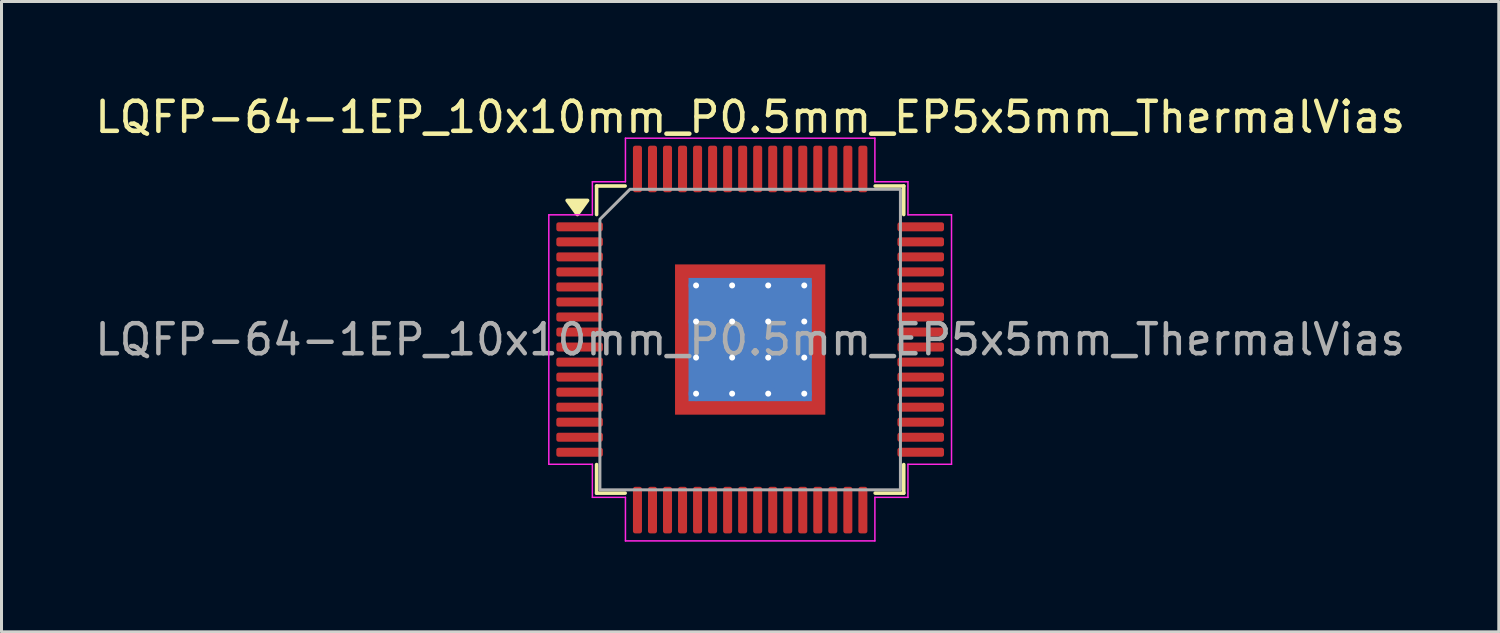
<source format=kicad_pcb>
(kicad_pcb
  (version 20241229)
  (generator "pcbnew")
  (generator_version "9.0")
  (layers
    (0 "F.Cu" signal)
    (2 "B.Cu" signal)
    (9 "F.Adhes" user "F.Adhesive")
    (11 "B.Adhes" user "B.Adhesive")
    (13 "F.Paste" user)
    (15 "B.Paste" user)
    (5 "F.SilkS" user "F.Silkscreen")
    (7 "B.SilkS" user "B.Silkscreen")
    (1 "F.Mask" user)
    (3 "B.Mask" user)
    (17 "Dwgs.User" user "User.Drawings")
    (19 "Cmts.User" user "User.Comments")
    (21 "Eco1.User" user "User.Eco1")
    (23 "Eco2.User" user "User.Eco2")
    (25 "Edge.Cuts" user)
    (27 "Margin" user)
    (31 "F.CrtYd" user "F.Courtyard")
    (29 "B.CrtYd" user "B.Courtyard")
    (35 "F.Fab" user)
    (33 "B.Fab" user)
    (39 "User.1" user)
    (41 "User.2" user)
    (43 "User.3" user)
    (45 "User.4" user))
  (footprint "LQFP-64-1EP_10x10mm_P0.5mm_EP5x5mm_ThermalVias"
    (layer "F.Cu")
    (at 21.911 8.248)
    (property "Reference" "LQFP-64-1EP_10x10mm_P0.5mm_EP5x5mm_ThermalVias" (at 0 -7.4 0) (layer "F.SilkS") (effects (font (size 1 1) (thickness 0.15))))
    (attr smd)
    (fp_line (start -5.11 -5.11) (end -4.16 -5.11) (stroke (width 0.12) (type solid)) (layer "F.SilkS"))
    (fp_line (start -5.11 -4.16) (end -5.11 -5.11) (stroke (width 0.12) (type solid)) (layer "F.SilkS"))
    (fp_line (start -5.11 5.11) (end -5.11 4.16) (stroke (width 0.12) (type solid)) (layer "F.SilkS"))
    (fp_line (start -4.16 5.11) (end -5.11 5.11) (stroke (width 0.12) (type solid)) (layer "F.SilkS"))
    (fp_line (start 4.16 -5.11) (end 5.11 -5.11) (stroke (width 0.12) (type solid)) (layer "F.SilkS"))
    (fp_line (start 5.11 -5.11) (end 5.11 -4.16) (stroke (width 0.12) (type solid)) (layer "F.SilkS"))
    (fp_line (start 5.11 4.16) (end 5.11 5.11) (stroke (width 0.12) (type solid)) (layer "F.SilkS"))
    (fp_line (start 5.11 5.11) (end 4.16 5.11) (stroke (width 0.12) (type solid)) (layer "F.SilkS"))
    (fp_poly (pts (xy -5.75 -4.16) (xy -6.09 -4.63) (xy -5.41 -4.63)) (stroke (width 0.12) (type solid)) (fill yes) (layer "F.SilkS"))
    (fp_line (start -6.7 -4.15) (end -5.25 -4.15) (stroke (width 0.05) (type solid)) (layer "F.CrtYd"))
    (fp_line (start -6.7 4.15) (end -6.7 -4.15) (stroke (width 0.05) (type solid)) (layer "F.CrtYd"))
    (fp_line (start -5.25 -5.25) (end -4.15 -5.25) (stroke (width 0.05) (type solid)) (layer "F.CrtYd"))
    (fp_line (start -5.25 -4.15) (end -5.25 -5.25) (stroke (width 0.05) (type solid)) (layer "F.CrtYd"))
    (fp_line (start -5.25 4.15) (end -6.7 4.15) (stroke (width 0.05) (type solid)) (layer "F.CrtYd"))
    (fp_line (start -5.25 5.25) (end -5.25 4.15) (stroke (width 0.05) (type solid)) (layer "F.CrtYd"))
    (fp_line (start -4.15 -6.7) (end 4.15 -6.7) (stroke (width 0.05) (type solid)) (layer "F.CrtYd"))
    (fp_line (start -4.15 -5.25) (end -4.15 -6.7) (stroke (width 0.05) (type solid)) (layer "F.CrtYd"))
    (fp_line (start -4.15 5.25) (end -5.25 5.25) (stroke (width 0.05) (type solid)) (layer "F.CrtYd"))
    (fp_line (start -4.15 6.7) (end -4.15 5.25) (stroke (width 0.05) (type solid)) (layer "F.CrtYd"))
    (fp_line (start 4.15 -6.7) (end 4.15 -5.25) (stroke (width 0.05) (type solid)) (layer "F.CrtYd"))
    (fp_line (start 4.15 -5.25) (end 5.25 -5.25) (stroke (width 0.05) (type solid)) (layer "F.CrtYd"))
    (fp_line (start 4.15 5.25) (end 4.15 6.7) (stroke (width 0.05) (type solid)) (layer "F.CrtYd"))
    (fp_line (start 4.15 6.7) (end -4.15 6.7) (stroke (width 0.05) (type solid)) (layer "F.CrtYd"))
    (fp_line (start 5.25 -5.25) (end 5.25 -4.15) (stroke (width 0.05) (type solid)) (layer "F.CrtYd"))
    (fp_line (start 5.25 -4.15) (end 6.7 -4.15) (stroke (width 0.05) (type solid)) (layer "F.CrtYd"))
    (fp_line (start 5.25 4.15) (end 5.25 5.25) (stroke (width 0.05) (type solid)) (layer "F.CrtYd"))
    (fp_line (start 5.25 5.25) (end 4.15 5.25) (stroke (width 0.05) (type solid)) (layer "F.CrtYd"))
    (fp_line (start 6.7 -4.15) (end 6.7 4.15) (stroke (width 0.05) (type solid)) (layer "F.CrtYd"))
    (fp_line (start 6.7 4.15) (end 5.25 4.15) (stroke (width 0.05) (type solid)) (layer "F.CrtYd"))
    (fp_poly (pts (xy -5 -4) (xy -5 5) (xy 5 5) (xy 5 -5) (xy -4 -5)) (stroke (width 0.1) (type solid)) (fill no) (layer "F.Fab"))
    (fp_text user "${REFERENCE}" (at 0 0 0) (layer "F.Fab") (effects (font (size 1 1) (thickness 0.15))))
    (pad "" smd roundrect (at -2 -2) (size 0.81 0.81) (layers "F.Paste") (roundrect_rratio 0.25))
    (pad "" smd roundrect (at -2 -1) (size 0.81 0.81) (layers "F.Paste") (roundrect_rratio 0.25))
    (pad "" smd roundrect (at -2 0) (size 0.81 0.81) (layers "F.Paste") (roundrect_rratio 0.25))
    (pad "" smd roundrect (at -2 1) (size 0.81 0.81) (layers "F.Paste") (roundrect_rratio 0.25))
    (pad "" smd roundrect (at -2 2) (size 0.81 0.81) (layers "F.Paste") (roundrect_rratio 0.25))
    (pad "" smd roundrect (at -1 -2) (size 0.81 0.81) (layers "F.Paste") (roundrect_rratio 0.25))
    (pad "" smd roundrect (at -1 -1) (size 0.81 0.81) (layers "F.Paste") (roundrect_rratio 0.25))
    (pad "" smd roundrect (at -1 0) (size 0.81 0.81) (layers "F.Paste") (roundrect_rratio 0.25))
    (pad "" smd roundrect (at -1 1) (size 0.81 0.81) (layers "F.Paste") (roundrect_rratio 0.25))
    (pad "" smd roundrect (at -1 2) (size 0.81 0.81) (layers "F.Paste") (roundrect_rratio 0.25))
    (pad "" smd roundrect (at 0 -2) (size 0.81 0.81) (layers "F.Paste") (roundrect_rratio 0.25))
    (pad "" smd roundrect (at 0 -1) (size 0.81 0.81) (layers "F.Paste") (roundrect_rratio 0.25))
    (pad "" smd roundrect (at 0 0) (size 0.81 0.81) (layers "F.Paste") (roundrect_rratio 0.25))
    (pad "" smd roundrect (at 0 1) (size 0.81 0.81) (layers "F.Paste") (roundrect_rratio 0.25))
    (pad "" smd roundrect (at 0 2) (size 0.81 0.81) (layers "F.Paste") (roundrect_rratio 0.25))
    (pad "" smd roundrect (at 1 -2) (size 0.81 0.81) (layers "F.Paste") (roundrect_rratio 0.25))
    (pad "" smd roundrect (at 1 -1) (size 0.81 0.81) (layers "F.Paste") (roundrect_rratio 0.25))
    (pad "" smd roundrect (at 1 0) (size 0.81 0.81) (layers "F.Paste") (roundrect_rratio 0.25))
    (pad "" smd roundrect (at 1 1) (size 0.81 0.81) (layers "F.Paste") (roundrect_rratio 0.25))
    (pad "" smd roundrect (at 1 2) (size 0.81 0.81) (layers "F.Paste") (roundrect_rratio 0.25))
    (pad "" smd roundrect (at 2 -2) (size 0.81 0.81) (layers "F.Paste") (roundrect_rratio 0.25))
    (pad "" smd roundrect (at 2 -1) (size 0.81 0.81) (layers "F.Paste") (roundrect_rratio 0.25))
    (pad "" smd roundrect (at 2 0) (size 0.81 0.81) (layers "F.Paste") (roundrect_rratio 0.25))
    (pad "" smd roundrect (at 2 1) (size 0.81 0.81) (layers "F.Paste") (roundrect_rratio 0.25))
    (pad "" smd roundrect (at 2 2) (size 0.81 0.81) (layers "F.Paste") (roundrect_rratio 0.25))
    (pad "1" smd roundrect (at -5.675 -3.75) (size 1.55 0.3) (layers "F.Cu" "F.Mask" "F.Paste") (roundrect_rratio 0.25))
    (pad "2" smd roundrect (at -5.675 -3.25) (size 1.55 0.3) (layers "F.Cu" "F.Mask" "F.Paste") (roundrect_rratio 0.25))
    (pad "3" smd roundrect (at -5.675 -2.75) (size 1.55 0.3) (layers "F.Cu" "F.Mask" "F.Paste") (roundrect_rratio 0.25))
    (pad "4" smd roundrect (at -5.675 -2.25) (size 1.55 0.3) (layers "F.Cu" "F.Mask" "F.Paste") (roundrect_rratio 0.25))
    (pad "5" smd roundrect (at -5.675 -1.75) (size 1.55 0.3) (layers "F.Cu" "F.Mask" "F.Paste") (roundrect_rratio 0.25))
    (pad "6" smd roundrect (at -5.675 -1.25) (size 1.55 0.3) (layers "F.Cu" "F.Mask" "F.Paste") (roundrect_rratio 0.25))
    (pad "7" smd roundrect (at -5.675 -0.75) (size 1.55 0.3) (layers "F.Cu" "F.Mask" "F.Paste") (roundrect_rratio 0.25))
    (pad "8" smd roundrect (at -5.675 -0.25) (size 1.55 0.3) (layers "F.Cu" "F.Mask" "F.Paste") (roundrect_rratio 0.25))
    (pad "9" smd roundrect (at -5.675 0.25) (size 1.55 0.3) (layers "F.Cu" "F.Mask" "F.Paste") (roundrect_rratio 0.25))
    (pad "10" smd roundrect (at -5.675 0.75) (size 1.55 0.3) (layers "F.Cu" "F.Mask" "F.Paste") (roundrect_rratio 0.25))
    (pad "11" smd roundrect (at -5.675 1.25) (size 1.55 0.3) (layers "F.Cu" "F.Mask" "F.Paste") (roundrect_rratio 0.25))
    (pad "12" smd roundrect (at -5.675 1.75) (size 1.55 0.3) (layers "F.Cu" "F.Mask" "F.Paste") (roundrect_rratio 0.25))
    (pad "13" smd roundrect (at -5.675 2.25) (size 1.55 0.3) (layers "F.Cu" "F.Mask" "F.Paste") (roundrect_rratio 0.25))
    (pad "14" smd roundrect (at -5.675 2.75) (size 1.55 0.3) (layers "F.Cu" "F.Mask" "F.Paste") (roundrect_rratio 0.25))
    (pad "15" smd roundrect (at -5.675 3.25) (size 1.55 0.3) (layers "F.Cu" "F.Mask" "F.Paste") (roundrect_rratio 0.25))
    (pad "16" smd roundrect (at -5.675 3.75) (size 1.55 0.3) (layers "F.Cu" "F.Mask" "F.Paste") (roundrect_rratio 0.25))
    (pad "17" smd roundrect (at -3.75 5.675) (size 0.3 1.55) (layers "F.Cu" "F.Mask" "F.Paste") (roundrect_rratio 0.25))
    (pad "18" smd roundrect (at -3.25 5.675) (size 0.3 1.55) (layers "F.Cu" "F.Mask" "F.Paste") (roundrect_rratio 0.25))
    (pad "19" smd roundrect (at -2.75 5.675) (size 0.3 1.55) (layers "F.Cu" "F.Mask" "F.Paste") (roundrect_rratio 0.25))
    (pad "20" smd roundrect (at -2.25 5.675) (size 0.3 1.55) (layers "F.Cu" "F.Mask" "F.Paste") (roundrect_rratio 0.25))
    (pad "21" smd roundrect (at -1.75 5.675) (size 0.3 1.55) (layers "F.Cu" "F.Mask" "F.Paste") (roundrect_rratio 0.25))
    (pad "22" smd roundrect (at -1.25 5.675) (size 0.3 1.55) (layers "F.Cu" "F.Mask" "F.Paste") (roundrect_rratio 0.25))
    (pad "23" smd roundrect (at -0.75 5.675) (size 0.3 1.55) (layers "F.Cu" "F.Mask" "F.Paste") (roundrect_rratio 0.25))
    (pad "24" smd roundrect (at -0.25 5.675) (size 0.3 1.55) (layers "F.Cu" "F.Mask" "F.Paste") (roundrect_rratio 0.25))
    (pad "25" smd roundrect (at 0.25 5.675) (size 0.3 1.55) (layers "F.Cu" "F.Mask" "F.Paste") (roundrect_rratio 0.25))
    (pad "26" smd roundrect (at 0.75 5.675) (size 0.3 1.55) (layers "F.Cu" "F.Mask" "F.Paste") (roundrect_rratio 0.25))
    (pad "27" smd roundrect (at 1.25 5.675) (size 0.3 1.55) (layers "F.Cu" "F.Mask" "F.Paste") (roundrect_rratio 0.25))
    (pad "28" smd roundrect (at 1.75 5.675) (size 0.3 1.55) (layers "F.Cu" "F.Mask" "F.Paste") (roundrect_rratio 0.25))
    (pad "29" smd roundrect (at 2.25 5.675) (size 0.3 1.55) (layers "F.Cu" "F.Mask" "F.Paste") (roundrect_rratio 0.25))
    (pad "30" smd roundrect (at 2.75 5.675) (size 0.3 1.55) (layers "F.Cu" "F.Mask" "F.Paste") (roundrect_rratio 0.25))
    (pad "31" smd roundrect (at 3.25 5.675) (size 0.3 1.55) (layers "F.Cu" "F.Mask" "F.Paste") (roundrect_rratio 0.25))
    (pad "32" smd roundrect (at 3.75 5.675) (size 0.3 1.55) (layers "F.Cu" "F.Mask" "F.Paste") (roundrect_rratio 0.25))
    (pad "33" smd roundrect (at 5.675 3.75) (size 1.55 0.3) (layers "F.Cu" "F.Mask" "F.Paste") (roundrect_rratio 0.25))
    (pad "34" smd roundrect (at 5.675 3.25) (size 1.55 0.3) (layers "F.Cu" "F.Mask" "F.Paste") (roundrect_rratio 0.25))
    (pad "35" smd roundrect (at 5.675 2.75) (size 1.55 0.3) (layers "F.Cu" "F.Mask" "F.Paste") (roundrect_rratio 0.25))
    (pad "36" smd roundrect (at 5.675 2.25) (size 1.55 0.3) (layers "F.Cu" "F.Mask" "F.Paste") (roundrect_rratio 0.25))
    (pad "37" smd roundrect (at 5.675 1.75) (size 1.55 0.3) (layers "F.Cu" "F.Mask" "F.Paste") (roundrect_rratio 0.25))
    (pad "38" smd roundrect (at 5.675 1.25) (size 1.55 0.3) (layers "F.Cu" "F.Mask" "F.Paste") (roundrect_rratio 0.25))
    (pad "39" smd roundrect (at 5.675 0.75) (size 1.55 0.3) (layers "F.Cu" "F.Mask" "F.Paste") (roundrect_rratio 0.25))
    (pad "40" smd roundrect (at 5.675 0.25) (size 1.55 0.3) (layers "F.Cu" "F.Mask" "F.Paste") (roundrect_rratio 0.25))
    (pad "41" smd roundrect (at 5.675 -0.25) (size 1.55 0.3) (layers "F.Cu" "F.Mask" "F.Paste") (roundrect_rratio 0.25))
    (pad "42" smd roundrect (at 5.675 -0.75) (size 1.55 0.3) (layers "F.Cu" "F.Mask" "F.Paste") (roundrect_rratio 0.25))
    (pad "43" smd roundrect (at 5.675 -1.25) (size 1.55 0.3) (layers "F.Cu" "F.Mask" "F.Paste") (roundrect_rratio 0.25))
    (pad "44" smd roundrect (at 5.675 -1.75) (size 1.55 0.3) (layers "F.Cu" "F.Mask" "F.Paste") (roundrect_rratio 0.25))
    (pad "45" smd roundrect (at 5.675 -2.25) (size 1.55 0.3) (layers "F.Cu" "F.Mask" "F.Paste") (roundrect_rratio 0.25))
    (pad "46" smd roundrect (at 5.675 -2.75) (size 1.55 0.3) (layers "F.Cu" "F.Mask" "F.Paste") (roundrect_rratio 0.25))
    (pad "47" smd roundrect (at 5.675 -3.25) (size 1.55 0.3) (layers "F.Cu" "F.Mask" "F.Paste") (roundrect_rratio 0.25))
    (pad "48" smd roundrect (at 5.675 -3.75) (size 1.55 0.3) (layers "F.Cu" "F.Mask" "F.Paste") (roundrect_rratio 0.25))
    (pad "49" smd roundrect (at 3.75 -5.675) (size 0.3 1.55) (layers "F.Cu" "F.Mask" "F.Paste") (roundrect_rratio 0.25))
    (pad "50" smd roundrect (at 3.25 -5.675) (size 0.3 1.55) (layers "F.Cu" "F.Mask" "F.Paste") (roundrect_rratio 0.25))
    (pad "51" smd roundrect (at 2.75 -5.675) (size 0.3 1.55) (layers "F.Cu" "F.Mask" "F.Paste") (roundrect_rratio 0.25))
    (pad "52" smd roundrect (at 2.25 -5.675) (size 0.3 1.55) (layers "F.Cu" "F.Mask" "F.Paste") (roundrect_rratio 0.25))
    (pad "53" smd roundrect (at 1.75 -5.675) (size 0.3 1.55) (layers "F.Cu" "F.Mask" "F.Paste") (roundrect_rratio 0.25))
    (pad "54" smd roundrect (at 1.25 -5.675) (size 0.3 1.55) (layers "F.Cu" "F.Mask" "F.Paste") (roundrect_rratio 0.25))
    (pad "55" smd roundrect (at 0.75 -5.675) (size 0.3 1.55) (layers "F.Cu" "F.Mask" "F.Paste") (roundrect_rratio 0.25))
    (pad "56" smd roundrect (at 0.25 -5.675) (size 0.3 1.55) (layers "F.Cu" "F.Mask" "F.Paste") (roundrect_rratio 0.25))
    (pad "57" smd roundrect (at -0.25 -5.675) (size 0.3 1.55) (layers "F.Cu" "F.Mask" "F.Paste") (roundrect_rratio 0.25))
    (pad "58" smd roundrect (at -0.75 -5.675) (size 0.3 1.55) (layers "F.Cu" "F.Mask" "F.Paste") (roundrect_rratio 0.25))
    (pad "59" smd roundrect (at -1.25 -5.675) (size 0.3 1.55) (layers "F.Cu" "F.Mask" "F.Paste") (roundrect_rratio 0.25))
    (pad "60" smd roundrect (at -1.75 -5.675) (size 0.3 1.55) (layers "F.Cu" "F.Mask" "F.Paste") (roundrect_rratio 0.25))
    (pad "61" smd roundrect (at -2.25 -5.675) (size 0.3 1.55) (layers "F.Cu" "F.Mask" "F.Paste") (roundrect_rratio 0.25))
    (pad "62" smd roundrect (at -2.75 -5.675) (size 0.3 1.55) (layers "F.Cu" "F.Mask" "F.Paste") (roundrect_rratio 0.25))
    (pad "63" smd roundrect (at -3.25 -5.675) (size 0.3 1.55) (layers "F.Cu" "F.Mask" "F.Paste") (roundrect_rratio 0.25))
    (pad "64" smd roundrect (at -3.75 -5.675) (size 0.3 1.55) (layers "F.Cu" "F.Mask" "F.Paste") (roundrect_rratio 0.25))
    (pad "65" thru_hole circle (at -1.8 -1.8) (size 0.5 0.5) (drill 0.2) (property pad_prop_heatsink) (layers "*.Cu"))
    (pad "65" thru_hole circle (at -1.8 -0.6) (size 0.5 0.5) (drill 0.2) (property pad_prop_heatsink) (layers "*.Cu"))
    (pad "65" thru_hole circle (at -1.8 0.6) (size 0.5 0.5) (drill 0.2) (property pad_prop_heatsink) (layers "*.Cu"))
    (pad "65" thru_hole circle (at -1.8 1.8) (size 0.5 0.5) (drill 0.2) (property pad_prop_heatsink) (layers "*.Cu"))
    (pad "65" thru_hole circle (at -0.6 -1.8) (size 0.5 0.5) (drill 0.2) (property pad_prop_heatsink) (layers "*.Cu"))
    (pad "65" thru_hole circle (at -0.6 -0.6) (size 0.5 0.5) (drill 0.2) (property pad_prop_heatsink) (layers "*.Cu"))
    (pad "65" thru_hole circle (at -0.6 0.6) (size 0.5 0.5) (drill 0.2) (property pad_prop_heatsink) (layers "*.Cu"))
    (pad "65" thru_hole circle (at -0.6 1.8) (size 0.5 0.5) (drill 0.2) (property pad_prop_heatsink) (layers "*.Cu"))
    (pad "65" smd rect (at 0 0) (size 4.1 4.1) (property pad_prop_heatsink) (layers "B.Cu"))
    (pad "65" smd rect (at 0 0) (size 5 5) (property pad_prop_heatsink) (layers "F.Cu" "F.Mask"))
    (pad "65" thru_hole circle (at 0.6 -1.8) (size 0.5 0.5) (drill 0.2) (property pad_prop_heatsink) (layers "*.Cu"))
    (pad "65" thru_hole circle (at 0.6 -0.6) (size 0.5 0.5) (drill 0.2) (property pad_prop_heatsink) (layers "*.Cu"))
    (pad "65" thru_hole circle (at 0.6 0.6) (size 0.5 0.5) (drill 0.2) (property pad_prop_heatsink) (layers "*.Cu"))
    (pad "65" thru_hole circle (at 0.6 1.8) (size 0.5 0.5) (drill 0.2) (property pad_prop_heatsink) (layers "*.Cu"))
    (pad "65" thru_hole circle (at 1.8 -1.8) (size 0.5 0.5) (drill 0.2) (property pad_prop_heatsink) (layers "*.Cu"))
    (pad "65" thru_hole circle (at 1.8 -0.6) (size 0.5 0.5) (drill 0.2) (property pad_prop_heatsink) (layers "*.Cu"))
    (pad "65" thru_hole circle (at 1.8 0.6) (size 0.5 0.5) (drill 0.2) (property pad_prop_heatsink) (layers "*.Cu"))
    (pad "65" thru_hole circle (at 1.8 1.8) (size 0.5 0.5) (drill 0.2) (property pad_prop_heatsink) (layers "*.Cu")))
  (gr_rect
    (start -3 -3)
    (end 46.821 17.973)
    (stroke (width 0.1) (type default))
    (fill no)
    (layer "Edge.Cuts")))
</source>
